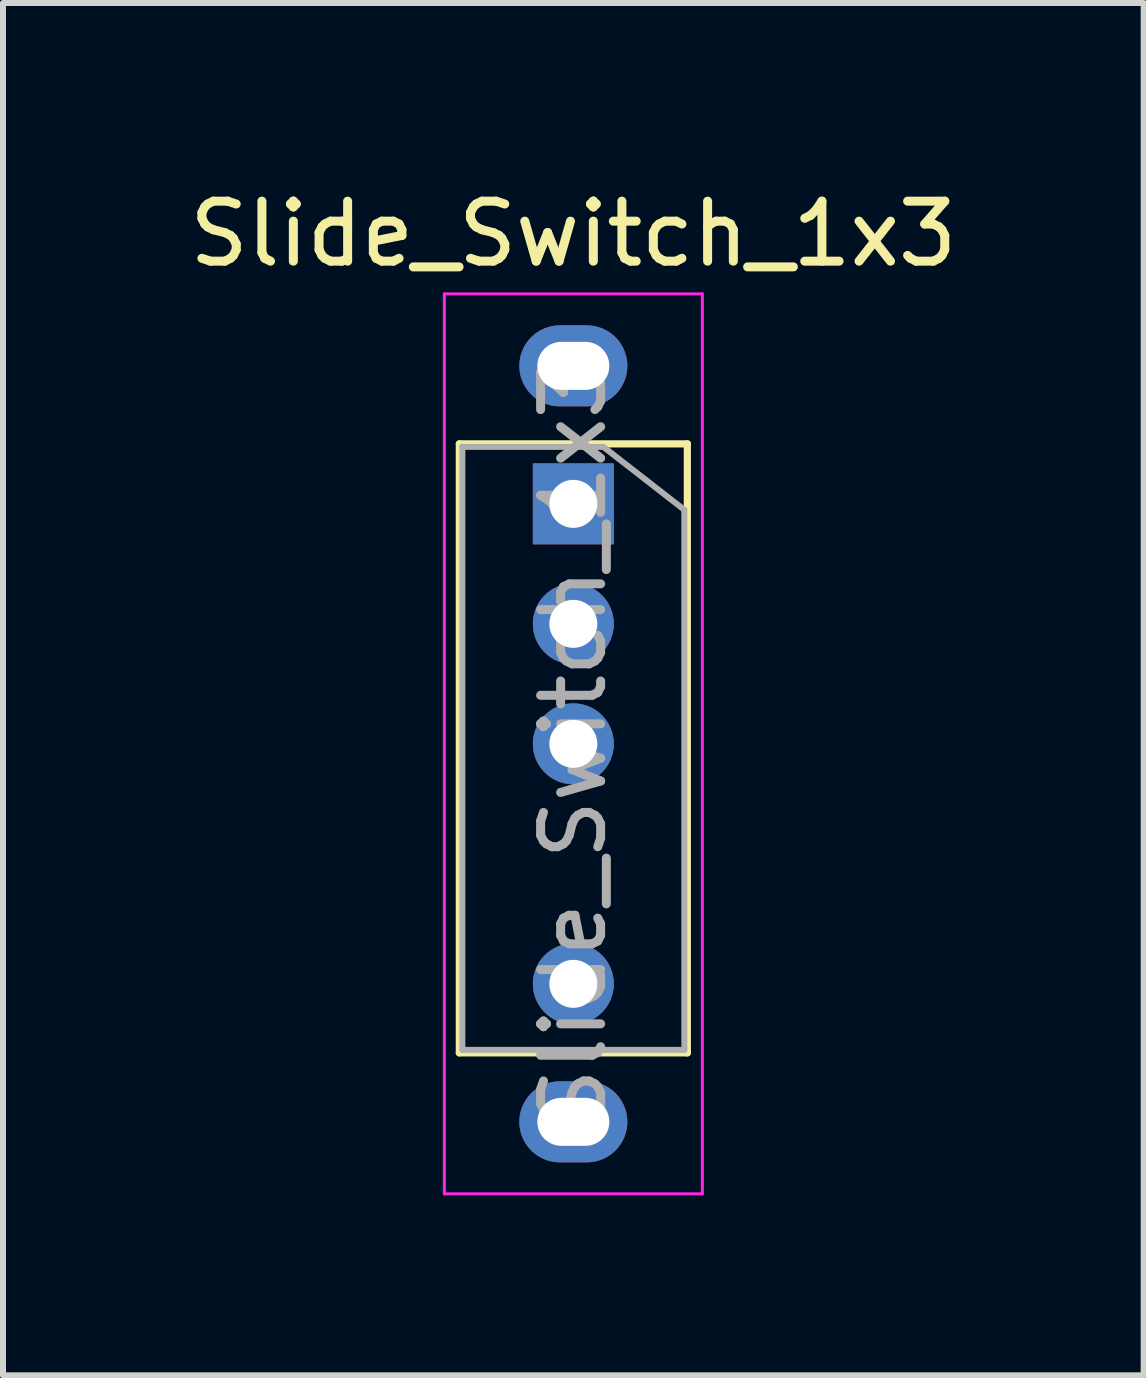
<source format=kicad_pcb>
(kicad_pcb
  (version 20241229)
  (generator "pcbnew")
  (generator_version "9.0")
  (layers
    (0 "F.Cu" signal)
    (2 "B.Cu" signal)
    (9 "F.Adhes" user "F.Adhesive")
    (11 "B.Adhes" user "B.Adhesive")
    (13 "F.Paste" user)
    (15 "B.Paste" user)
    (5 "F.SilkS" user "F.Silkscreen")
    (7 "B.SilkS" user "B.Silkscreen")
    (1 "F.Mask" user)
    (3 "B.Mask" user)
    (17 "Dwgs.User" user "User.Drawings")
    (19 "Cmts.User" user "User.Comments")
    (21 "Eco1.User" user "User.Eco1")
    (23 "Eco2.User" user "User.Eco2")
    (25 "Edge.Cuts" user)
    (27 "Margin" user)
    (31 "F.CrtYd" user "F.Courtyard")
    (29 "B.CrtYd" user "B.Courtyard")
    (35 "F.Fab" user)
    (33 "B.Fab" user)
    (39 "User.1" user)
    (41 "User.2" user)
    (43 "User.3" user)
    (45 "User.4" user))
  (footprint "Slide_Switch_1x3"
    (layer "F.Cu")
    (at 6.506 3.348)
    (property "Reference" "Slide_Switch_1x3" (at 0 -2.5 0) (layer "F.SilkS") (effects (font (size 1 1) (thickness 0.15))))
    (attr through_hole)
    (fp_line (start -1.9 1) (end -1.9 11.15) (stroke (width 0.12) (type solid)) (layer "F.SilkS"))
    (fp_line (start -1.9 1) (end 1.9 1) (stroke (width 0.12) (type solid)) (layer "F.SilkS"))
    (fp_line (start -1.9 11.15) (end 1.9 11.15) (stroke (width 0.12) (type solid)) (layer "F.SilkS"))
    (fp_line (start 1.9 1) (end 1.9 11.15) (stroke (width 0.12) (type solid)) (layer "F.SilkS"))
    (fp_line (start -2.15 -1.5) (end 2.15 -1.5) (stroke (width 0.05) (type solid)) (layer "F.CrtYd"))
    (fp_line (start -2.15 13.5) (end -2.15 -1.5) (stroke (width 0.05) (type solid)) (layer "F.CrtYd"))
    (fp_line (start 2.15 -1.5) (end 2.15 13.5) (stroke (width 0.05) (type solid)) (layer "F.CrtYd"))
    (fp_line (start 2.15 13.5) (end -2.15 13.5) (stroke (width 0.05) (type solid)) (layer "F.CrtYd"))
    (fp_line (start -1.85 1.05) (end 0.5 1.05) (stroke (width 0.1) (type solid)) (layer "F.Fab"))
    (fp_line (start -1.85 11.1) (end -1.85 1.05) (stroke (width 0.1) (type solid)) (layer "F.Fab"))
    (fp_line (start 0.5 1.05) (end 1.85 2.1) (stroke (width 0.1) (type solid)) (layer "F.Fab"))
    (fp_line (start 1.85 2.1) (end 1.85 11.1) (stroke (width 0.1) (type solid)) (layer "F.Fab"))
    (fp_line (start 1.85 11.1) (end -1.85 11.1) (stroke (width 0.1) (type solid)) (layer "F.Fab"))
    (fp_text user "${REFERENCE}" (at 0 6 90) (layer "F.Fab") (effects (font (size 1 1) (thickness 0.15))))
    (pad "" thru_hole oval (at 0 -0.3) (size 1.8 1.35) (drill oval 1.2 0.8) (layers "*.Cu" "*.Mask"))
    (pad "" thru_hole oval (at 0 12.3) (size 1.8 1.35) (drill oval 1.2 0.8) (layers "*.Cu" "*.Mask"))
    (pad "1" thru_hole rect (at 0 2) (size 1.35 1.35) (drill 0.8) (layers "*.Cu" "*.Mask"))
    (pad "2" thru_hole oval (at 0 4) (size 1.35 1.35) (drill 0.8) (layers "*.Cu" "*.Mask"))
    (pad "3" thru_hole oval (at 0 6) (size 1.35 1.35) (drill 0.8) (layers "*.Cu" "*.Mask"))
    (pad "4" thru_hole oval (at 0 10) (size 1.35 1.35) (drill 0.8) (layers "*.Cu" "*.Mask")))
  (gr_rect
    (start -3 -3)
    (end 16.012 19.873)
    (stroke (width 0.1) (type default))
    (fill no)
    (layer "Edge.Cuts")))
</source>
